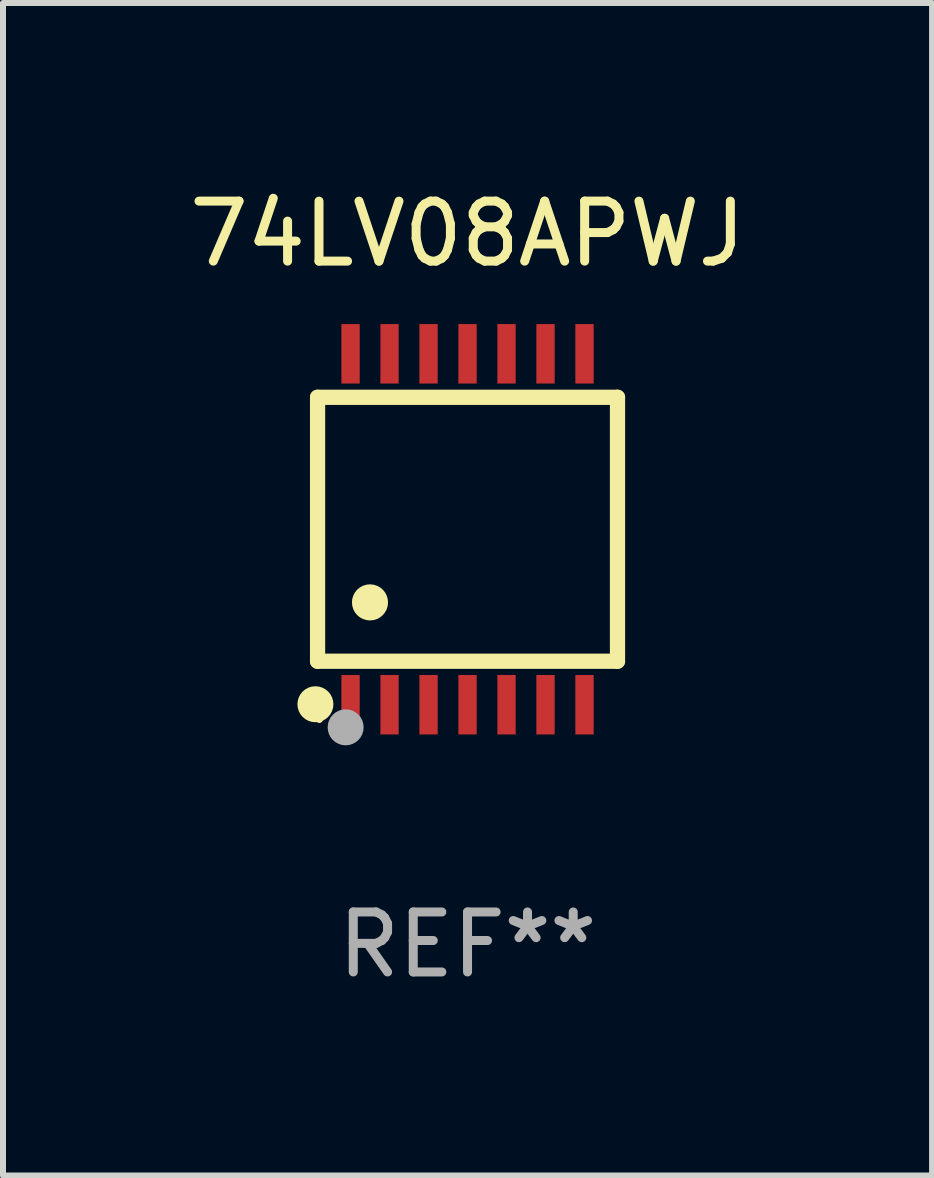
<source format=kicad_pcb>
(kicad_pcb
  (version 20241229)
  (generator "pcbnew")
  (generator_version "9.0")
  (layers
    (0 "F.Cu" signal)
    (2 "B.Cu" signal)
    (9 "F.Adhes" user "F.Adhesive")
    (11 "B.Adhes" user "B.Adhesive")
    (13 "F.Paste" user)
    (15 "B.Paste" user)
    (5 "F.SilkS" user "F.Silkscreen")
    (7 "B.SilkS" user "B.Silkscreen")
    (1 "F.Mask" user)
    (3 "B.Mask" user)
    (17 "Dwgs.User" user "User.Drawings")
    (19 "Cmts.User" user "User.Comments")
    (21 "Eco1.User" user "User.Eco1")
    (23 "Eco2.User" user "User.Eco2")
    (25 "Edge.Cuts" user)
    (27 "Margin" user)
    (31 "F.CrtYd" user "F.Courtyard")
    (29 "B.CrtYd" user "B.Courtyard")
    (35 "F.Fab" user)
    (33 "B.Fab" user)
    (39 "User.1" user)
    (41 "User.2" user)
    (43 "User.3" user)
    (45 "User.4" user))
  (footprint "74LV08APWJ"
    (layer "F.Cu")
    (at 4.744 5.773)
    (property "Reference" "74LV08APWJ" (at 0 -4.925 0) (layer "F.SilkS") (effects (font (size 1 1) (thickness 0.15))))
    (attr through_hole)
    (fp_line (start -2.5 2.2) (end -2.5 -2.2) (stroke (width 0.254) (type solid)) (layer "F.SilkS"))
    (fp_line (start -2.5 2.2) (end 2.5 2.2) (stroke (width 0.254) (type solid)) (layer "F.SilkS"))
    (fp_line (start 2.5 -2.2) (end -2.5 -2.2) (stroke (width 0.254) (type solid)) (layer "F.SilkS"))
    (fp_line (start 2.5 -2.2) (end 2.5 2.2) (stroke (width 0.254) (type solid)) (layer "F.SilkS"))
    (fp_circle (center -2.536 2.917) (end -2.386 2.917) (stroke (width 0.3) (type solid)) (fill no) (layer "F.SilkS"))
    (fp_circle (center -2.47 3.17) (end -2.44 3.17) (stroke (width 0.06) (type solid)) (fill no) (layer "F.SilkS"))
    (fp_circle (center -1.626 1.219) (end -1.475 1.219) (stroke (width 0.3) (type solid)) (fill no) (layer "F.SilkS"))
    (fp_circle (center -2.032 3.302) (end -1.882 3.302) (stroke (width 0.3) (type solid)) (fill no) (layer "F.Fab"))
    (fp_text user "REF**" (at 0 6.925 0) (layer "F.Fab") (effects (font (size 1 1) (thickness 0.15))))
    (pad "1" smd rect (at -1.95 2.925) (size 0.305 0.991) (layers "F.Cu" "F.Mask" "F.Paste"))
    (pad "2" smd rect (at -1.3 2.925) (size 0.305 0.991) (layers "F.Cu" "F.Mask" "F.Paste"))
    (pad "3" smd rect (at -0.65 2.925) (size 0.305 0.991) (layers "F.Cu" "F.Mask" "F.Paste"))
    (pad "4" smd rect (at 0 2.925) (size 0.305 0.991) (layers "F.Cu" "F.Mask" "F.Paste"))
    (pad "5" smd rect (at 0.65 2.925) (size 0.305 0.991) (layers "F.Cu" "F.Mask" "F.Paste"))
    (pad "6" smd rect (at 1.3 2.925) (size 0.305 0.991) (layers "F.Cu" "F.Mask" "F.Paste"))
    (pad "7" smd rect (at 1.95 2.925) (size 0.305 0.991) (layers "F.Cu" "F.Mask" "F.Paste"))
    (pad "8" smd rect (at 1.95 -2.925) (size 0.305 0.991) (layers "F.Cu" "F.Mask" "F.Paste"))
    (pad "9" smd rect (at 1.3 -2.925) (size 0.305 0.991) (layers "F.Cu" "F.Mask" "F.Paste"))
    (pad "10" smd rect (at 0.65 -2.925) (size 0.305 0.991) (layers "F.Cu" "F.Mask" "F.Paste"))
    (pad "11" smd rect (at 0 -2.925) (size 0.305 0.991) (layers "F.Cu" "F.Mask" "F.Paste"))
    (pad "12" smd rect (at -0.65 -2.925) (size 0.305 0.991) (layers "F.Cu" "F.Mask" "F.Paste"))
    (pad "13" smd rect (at -1.3 -2.925) (size 0.305 0.991) (layers "F.Cu" "F.Mask" "F.Paste"))
    (pad "14" smd rect (at -1.95 -2.925) (size 0.305 0.991) (layers "F.Cu" "F.Mask" "F.Paste")))
  (gr_rect
    (start -3 -3)
    (end 12.488 16.547)
    (stroke (width 0.1) (type default))
    (fill no)
    (layer "Edge.Cuts")))
</source>
